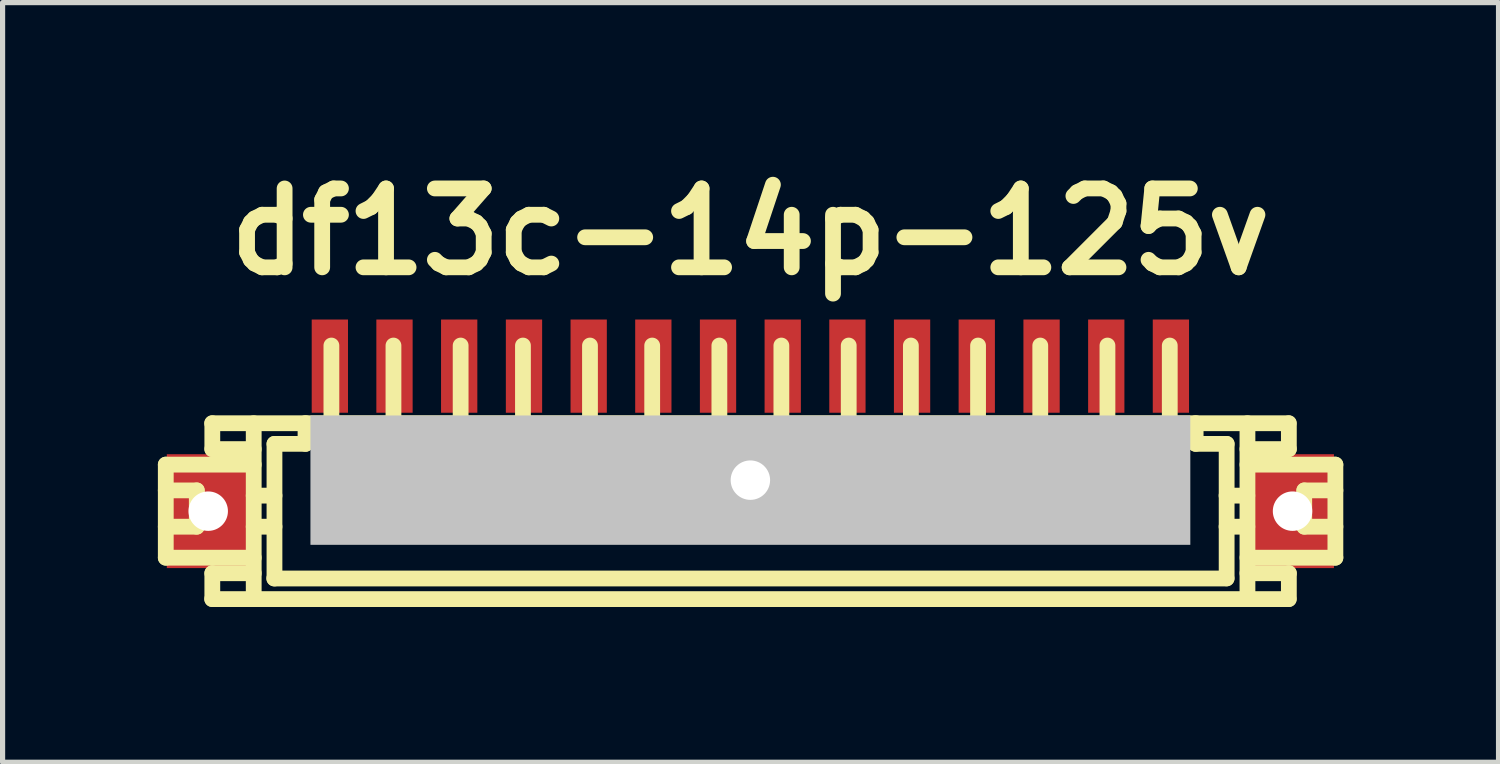
<source format=kicad_pcb>
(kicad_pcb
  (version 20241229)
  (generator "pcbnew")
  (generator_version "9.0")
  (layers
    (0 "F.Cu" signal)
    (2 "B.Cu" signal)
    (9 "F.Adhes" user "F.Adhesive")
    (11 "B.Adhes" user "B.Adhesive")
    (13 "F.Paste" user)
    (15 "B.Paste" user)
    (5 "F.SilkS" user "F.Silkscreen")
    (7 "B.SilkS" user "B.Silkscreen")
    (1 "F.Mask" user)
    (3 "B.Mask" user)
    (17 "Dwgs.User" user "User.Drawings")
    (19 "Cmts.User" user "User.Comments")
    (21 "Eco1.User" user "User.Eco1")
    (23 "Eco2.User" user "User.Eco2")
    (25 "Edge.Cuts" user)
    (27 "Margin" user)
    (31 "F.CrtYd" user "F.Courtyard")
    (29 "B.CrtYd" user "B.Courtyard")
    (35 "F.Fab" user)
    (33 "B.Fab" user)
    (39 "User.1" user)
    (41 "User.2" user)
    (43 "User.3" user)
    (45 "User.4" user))
  (footprint "df13c-14p-125v"
    (layer "F.Cu")
    (at 11.448 6.026)
    (property "Reference" "df13c-14p-125v" (at 0 -4.6 0) (layer "F.SilkS") (effects (font (size 1.524 1.524) (thickness 0.305))))
    (attr through_hole)
    (fp_line (start -11.295 -0.099) (end -9.596 -0.099) (stroke (width 0.305) (type solid)) (layer "F.SilkS"))
    (fp_line (start -11.295 0.399) (end -10.696 0.399) (stroke (width 0.305) (type solid)) (layer "F.SilkS"))
    (fp_line (start -11.295 1.699) (end -11.295 -0.099) (stroke (width 0.305) (type solid)) (layer "F.SilkS"))
    (fp_line (start -11.295 1.699) (end -9.596 1.699) (stroke (width 0.305) (type solid)) (layer "F.SilkS"))
    (fp_line (start -10.696 0.399) (end -10.696 1.1) (stroke (width 0.305) (type solid)) (layer "F.SilkS"))
    (fp_line (start -10.696 1.1) (end -11.295 1.1) (stroke (width 0.305) (type solid)) (layer "F.SilkS"))
    (fp_line (start -10.399 2.499) (end 10.399 2.499) (stroke (width 0.305) (type solid)) (layer "F.SilkS"))
    (fp_line (start -10.396 -0.399) (end -10.396 -0.899) (stroke (width 0.305) (type solid)) (layer "F.SilkS"))
    (fp_line (start -10.396 2.499) (end -10.396 1.999) (stroke (width 0.305) (type solid)) (layer "F.SilkS"))
    (fp_line (start -9.596 -0.899) (end -9.596 2.499) (stroke (width 0.305) (type solid)) (layer "F.SilkS"))
    (fp_line (start -9.596 -0.399) (end -10.396 -0.399) (stroke (width 0.305) (type solid)) (layer "F.SilkS"))
    (fp_line (start -9.596 0.5) (end -9.195 0.5) (stroke (width 0.305) (type solid)) (layer "F.SilkS"))
    (fp_line (start -9.596 1.1) (end -9.195 1.1) (stroke (width 0.305) (type solid)) (layer "F.SilkS"))
    (fp_line (start -9.596 1.999) (end -10.396 1.999) (stroke (width 0.305) (type solid)) (layer "F.SilkS"))
    (fp_line (start -9.195 -0.5) (end -8.595 -0.5) (stroke (width 0.305) (type solid)) (layer "F.SilkS"))
    (fp_line (start -9.195 2.101) (end -9.195 -0.5) (stroke (width 0.305) (type solid)) (layer "F.SilkS"))
    (fp_line (start -8.595 -0.902) (end -8.595 -0.5) (stroke (width 0.305) (type solid)) (layer "F.SilkS"))
    (fp_line (start -8.197 0.998) (end -8.197 1.199) (stroke (width 0.305) (type solid)) (layer "F.SilkS"))
    (fp_line (start -8.197 1.199) (end -7.996 1.199) (stroke (width 0.305) (type solid)) (layer "F.SilkS"))
    (fp_line (start -8.095 -0.902) (end -8.095 -2.4) (stroke (width 0.305) (type solid)) (layer "F.SilkS"))
    (fp_line (start -7.996 0.998) (end -8.197 0.998) (stroke (width 0.305) (type solid)) (layer "F.SilkS"))
    (fp_line (start -7.996 1.199) (end -7.996 0.998) (stroke (width 0.305) (type solid)) (layer "F.SilkS"))
    (fp_line (start -7 1.001) (end -6.802 1.001) (stroke (width 0.305) (type solid)) (layer "F.SilkS"))
    (fp_line (start -7 1.199) (end -7 1.001) (stroke (width 0.305) (type solid)) (layer "F.SilkS"))
    (fp_line (start -6.896 -0.899) (end -6.896 -2.4) (stroke (width 0.305) (type solid)) (layer "F.SilkS"))
    (fp_line (start -6.802 1.001) (end -6.802 1.199) (stroke (width 0.305) (type solid)) (layer "F.SilkS"))
    (fp_line (start -6.802 1.199) (end -7 1.199) (stroke (width 0.305) (type solid)) (layer "F.SilkS"))
    (fp_line (start -5.697 1.001) (end -5.499 1.001) (stroke (width 0.305) (type solid)) (layer "F.SilkS"))
    (fp_line (start -5.697 1.199) (end -5.697 1.001) (stroke (width 0.305) (type solid)) (layer "F.SilkS"))
    (fp_line (start -5.598 -2.4) (end -5.598 -0.899) (stroke (width 0.305) (type solid)) (layer "F.SilkS"))
    (fp_line (start -5.499 1.001) (end -5.499 1.199) (stroke (width 0.305) (type solid)) (layer "F.SilkS"))
    (fp_line (start -5.499 1.199) (end -5.697 1.199) (stroke (width 0.305) (type solid)) (layer "F.SilkS"))
    (fp_line (start -4.498 1.001) (end -4.3 1.001) (stroke (width 0.305) (type solid)) (layer "F.SilkS"))
    (fp_line (start -4.498 1.199) (end -4.498 1.001) (stroke (width 0.305) (type solid)) (layer "F.SilkS"))
    (fp_line (start -4.394 -0.899) (end -4.394 -2.4) (stroke (width 0.305) (type solid)) (layer "F.SilkS"))
    (fp_line (start -4.3 1.001) (end -4.3 1.199) (stroke (width 0.305) (type solid)) (layer "F.SilkS"))
    (fp_line (start -4.3 1.199) (end -4.498 1.199) (stroke (width 0.305) (type solid)) (layer "F.SilkS"))
    (fp_line (start -3.198 1.001) (end -3 1.001) (stroke (width 0.305) (type solid)) (layer "F.SilkS"))
    (fp_line (start -3.198 1.199) (end -3.198 1.001) (stroke (width 0.305) (type solid)) (layer "F.SilkS"))
    (fp_line (start -3.099 -0.899) (end -3.099 -2.4) (stroke (width 0.305) (type solid)) (layer "F.SilkS"))
    (fp_line (start -3 1.001) (end -3 1.199) (stroke (width 0.305) (type solid)) (layer "F.SilkS"))
    (fp_line (start -3 1.199) (end -3.198 1.199) (stroke (width 0.305) (type solid)) (layer "F.SilkS"))
    (fp_line (start -1.999 1.001) (end -1.801 1.001) (stroke (width 0.305) (type solid)) (layer "F.SilkS"))
    (fp_line (start -1.999 1.199) (end -1.999 1.001) (stroke (width 0.305) (type solid)) (layer "F.SilkS"))
    (fp_line (start -1.897 -2.4) (end -1.897 -0.899) (stroke (width 0.305) (type solid)) (layer "F.SilkS"))
    (fp_line (start -1.801 1.001) (end -1.801 1.199) (stroke (width 0.305) (type solid)) (layer "F.SilkS"))
    (fp_line (start -1.801 1.199) (end -1.999 1.199) (stroke (width 0.305) (type solid)) (layer "F.SilkS"))
    (fp_line (start -0.701 1.001) (end -0.5 1.001) (stroke (width 0.305) (type solid)) (layer "F.SilkS"))
    (fp_line (start -0.701 1.199) (end -0.701 1.001) (stroke (width 0.305) (type solid)) (layer "F.SilkS"))
    (fp_line (start -0.599 -0.899) (end -0.599 -2.4) (stroke (width 0.305) (type solid)) (layer "F.SilkS"))
    (fp_line (start -0.5 1.001) (end -0.5 1.199) (stroke (width 0.305) (type solid)) (layer "F.SilkS"))
    (fp_line (start -0.5 1.199) (end -0.701 1.199) (stroke (width 0.305) (type solid)) (layer "F.SilkS"))
    (fp_line (start 0.5 1.001) (end 0.701 1.001) (stroke (width 0.305) (type solid)) (layer "F.SilkS"))
    (fp_line (start 0.5 1.199) (end 0.5 1.001) (stroke (width 0.305) (type solid)) (layer "F.SilkS"))
    (fp_line (start 0.599 -2.4) (end 0.599 -0.899) (stroke (width 0.305) (type solid)) (layer "F.SilkS"))
    (fp_line (start 0.701 1.001) (end 0.701 1.199) (stroke (width 0.305) (type solid)) (layer "F.SilkS"))
    (fp_line (start 0.701 1.199) (end 0.5 1.199) (stroke (width 0.305) (type solid)) (layer "F.SilkS"))
    (fp_line (start 1.801 1.001) (end 2.002 1.001) (stroke (width 0.305) (type solid)) (layer "F.SilkS"))
    (fp_line (start 1.801 1.199) (end 1.801 1.001) (stroke (width 0.305) (type solid)) (layer "F.SilkS"))
    (fp_line (start 1.9 -0.899) (end 1.9 -2.4) (stroke (width 0.305) (type solid)) (layer "F.SilkS"))
    (fp_line (start 2.002 1.001) (end 2.002 1.199) (stroke (width 0.305) (type solid)) (layer "F.SilkS"))
    (fp_line (start 2.002 1.199) (end 1.801 1.199) (stroke (width 0.305) (type solid)) (layer "F.SilkS"))
    (fp_line (start 3.005 1.001) (end 3.203 1.001) (stroke (width 0.305) (type solid)) (layer "F.SilkS"))
    (fp_line (start 3.005 1.199) (end 3.005 1.001) (stroke (width 0.305) (type solid)) (layer "F.SilkS"))
    (fp_line (start 3.101 -2.4) (end 3.101 -0.899) (stroke (width 0.305) (type solid)) (layer "F.SilkS"))
    (fp_line (start 3.203 1.001) (end 3.203 1.199) (stroke (width 0.305) (type solid)) (layer "F.SilkS"))
    (fp_line (start 3.203 1.199) (end 3.005 1.199) (stroke (width 0.305) (type solid)) (layer "F.SilkS"))
    (fp_line (start 4.303 1.001) (end 4.503 1.001) (stroke (width 0.305) (type solid)) (layer "F.SilkS"))
    (fp_line (start 4.303 1.199) (end 4.303 1.001) (stroke (width 0.305) (type solid)) (layer "F.SilkS"))
    (fp_line (start 4.399 -2.4) (end 4.399 -0.899) (stroke (width 0.305) (type solid)) (layer "F.SilkS"))
    (fp_line (start 4.503 1.001) (end 4.503 1.199) (stroke (width 0.305) (type solid)) (layer "F.SilkS"))
    (fp_line (start 4.503 1.199) (end 4.303 1.199) (stroke (width 0.305) (type solid)) (layer "F.SilkS"))
    (fp_line (start 5.499 1.001) (end 5.697 1.001) (stroke (width 0.305) (type solid)) (layer "F.SilkS"))
    (fp_line (start 5.499 1.199) (end 5.499 1.001) (stroke (width 0.305) (type solid)) (layer "F.SilkS"))
    (fp_line (start 5.601 -0.899) (end 5.601 -2.4) (stroke (width 0.305) (type solid)) (layer "F.SilkS"))
    (fp_line (start 5.697 1.001) (end 5.697 1.199) (stroke (width 0.305) (type solid)) (layer "F.SilkS"))
    (fp_line (start 5.697 1.199) (end 5.499 1.199) (stroke (width 0.305) (type solid)) (layer "F.SilkS"))
    (fp_line (start 6.8 0.998) (end 7 0.998) (stroke (width 0.305) (type solid)) (layer "F.SilkS"))
    (fp_line (start 6.8 1.199) (end 6.8 0.998) (stroke (width 0.305) (type solid)) (layer "F.SilkS"))
    (fp_line (start 6.899 -0.899) (end 6.899 -2.4) (stroke (width 0.305) (type solid)) (layer "F.SilkS"))
    (fp_line (start 7 0.998) (end 7 1.199) (stroke (width 0.305) (type solid)) (layer "F.SilkS"))
    (fp_line (start 7 1.199) (end 6.8 1.199) (stroke (width 0.305) (type solid)) (layer "F.SilkS"))
    (fp_line (start 8.004 1.001) (end 8.204 1.001) (stroke (width 0.305) (type solid)) (layer "F.SilkS"))
    (fp_line (start 8.004 1.199) (end 8.004 1.001) (stroke (width 0.305) (type solid)) (layer "F.SilkS"))
    (fp_line (start 8.103 -0.902) (end 8.103 -2.4) (stroke (width 0.305) (type solid)) (layer "F.SilkS"))
    (fp_line (start 8.204 1.001) (end 8.204 1.199) (stroke (width 0.305) (type solid)) (layer "F.SilkS"))
    (fp_line (start 8.204 1.199) (end 8.004 1.199) (stroke (width 0.305) (type solid)) (layer "F.SilkS"))
    (fp_line (start 8.603 -0.5) (end 8.603 -0.902) (stroke (width 0.305) (type solid)) (layer "F.SilkS"))
    (fp_line (start 9.2 1.1) (end 9.601 1.1) (stroke (width 0.305) (type solid)) (layer "F.SilkS"))
    (fp_line (start 9.2 2.101) (end -9.2 2.101) (stroke (width 0.305) (type solid)) (layer "F.SilkS"))
    (fp_line (start 9.202 -0.5) (end 8.603 -0.5) (stroke (width 0.305) (type solid)) (layer "F.SilkS"))
    (fp_line (start 9.202 2.098) (end 9.202 -0.5) (stroke (width 0.305) (type solid)) (layer "F.SilkS"))
    (fp_line (start 9.601 0.5) (end 9.2 0.5) (stroke (width 0.305) (type solid)) (layer "F.SilkS"))
    (fp_line (start 9.604 -0.899) (end 9.604 2.499) (stroke (width 0.305) (type solid)) (layer "F.SilkS"))
    (fp_line (start 10.399 -0.899) (end -10.399 -0.899) (stroke (width 0.305) (type solid)) (layer "F.SilkS"))
    (fp_line (start 10.404 -0.399) (end 9.604 -0.399) (stroke (width 0.305) (type solid)) (layer "F.SilkS"))
    (fp_line (start 10.404 -0.399) (end 10.404 -0.899) (stroke (width 0.305) (type solid)) (layer "F.SilkS"))
    (fp_line (start 10.404 1.999) (end 9.604 1.999) (stroke (width 0.305) (type solid)) (layer "F.SilkS"))
    (fp_line (start 10.404 2.499) (end 10.404 1.999) (stroke (width 0.305) (type solid)) (layer "F.SilkS"))
    (fp_line (start 10.701 0.399) (end 10.701 1.1) (stroke (width 0.305) (type solid)) (layer "F.SilkS"))
    (fp_line (start 10.704 0.399) (end 11.303 0.399) (stroke (width 0.305) (type solid)) (layer "F.SilkS"))
    (fp_line (start 10.704 1.1) (end 11.303 1.1) (stroke (width 0.305) (type solid)) (layer "F.SilkS"))
    (fp_line (start 11.303 -0.099) (end 9.604 -0.099) (stroke (width 0.305) (type solid)) (layer "F.SilkS"))
    (fp_line (start 11.303 -0.099) (end 11.303 1.699) (stroke (width 0.305) (type solid)) (layer "F.SilkS"))
    (fp_line (start 11.303 1.699) (end 9.604 1.699) (stroke (width 0.305) (type solid)) (layer "F.SilkS"))
    (pad "" np_thru_hole rect (at -10.475 0.8) (size 1.6 2.2) (drill 0.762) (layers "F.Cu" "F.Mask" "F.Paste"))
    (pad "" np_thru_hole rect (at 0 0.201) (size 17 2.499) (drill 0.762) (layers "Dwgs.User"))
    (pad "" np_thru_hole rect (at 10.475 0.8) (size 1.6 2.2) (drill 0.762) (layers "F.Cu" "F.Mask" "F.Paste"))
    (pad "1" smd rect (at -8.125 -2.002) (size 0.701 1.801) (layers "F.Cu" "F.Mask" "F.Paste"))
    (pad "2" smd rect (at -6.876 -2.002) (size 0.701 1.801) (layers "F.Cu" "F.Mask" "F.Paste"))
    (pad "3" smd rect (at -5.626 -2.002) (size 0.701 1.801) (layers "F.Cu" "F.Mask" "F.Paste"))
    (pad "4" smd rect (at -4.374 -2.002) (size 0.701 1.801) (layers "F.Cu" "F.Mask" "F.Paste"))
    (pad "5" smd rect (at -3.124 -2.002) (size 0.701 1.801) (layers "F.Cu" "F.Mask" "F.Paste"))
    (pad "6" smd rect (at -1.875 -2.002) (size 0.701 1.801) (layers "F.Cu" "F.Mask" "F.Paste"))
    (pad "7" smd rect (at -0.625 -2.002) (size 0.701 1.801) (layers "F.Cu" "F.Mask" "F.Paste"))
    (pad "8" smd rect (at 0.625 -2.002) (size 0.701 1.801) (layers "F.Cu" "F.Mask" "F.Paste"))
    (pad "9" smd rect (at 1.875 -2.002) (size 0.701 1.801) (layers "F.Cu" "F.Mask" "F.Paste"))
    (pad "10" smd rect (at 3.124 -2.002) (size 0.701 1.801) (layers "F.Cu" "F.Mask" "F.Paste"))
    (pad "11" smd rect (at 4.374 -2.002) (size 0.701 1.801) (layers "F.Cu" "F.Mask" "F.Paste"))
    (pad "12" smd rect (at 5.626 -2.002) (size 0.701 1.801) (layers "F.Cu" "F.Mask" "F.Paste"))
    (pad "13" smd rect (at 6.876 -2.002) (size 0.701 1.801) (layers "F.Cu" "F.Mask" "F.Paste"))
    (pad "14" smd rect (at 8.125 -2.002) (size 0.701 1.801) (layers "F.Cu" "F.Mask" "F.Paste")))
  (gr_rect
    (start -3 -3)
    (end 25.903 11.678)
    (stroke (width 0.1) (type default))
    (fill no)
    (layer "Edge.Cuts")))
</source>
